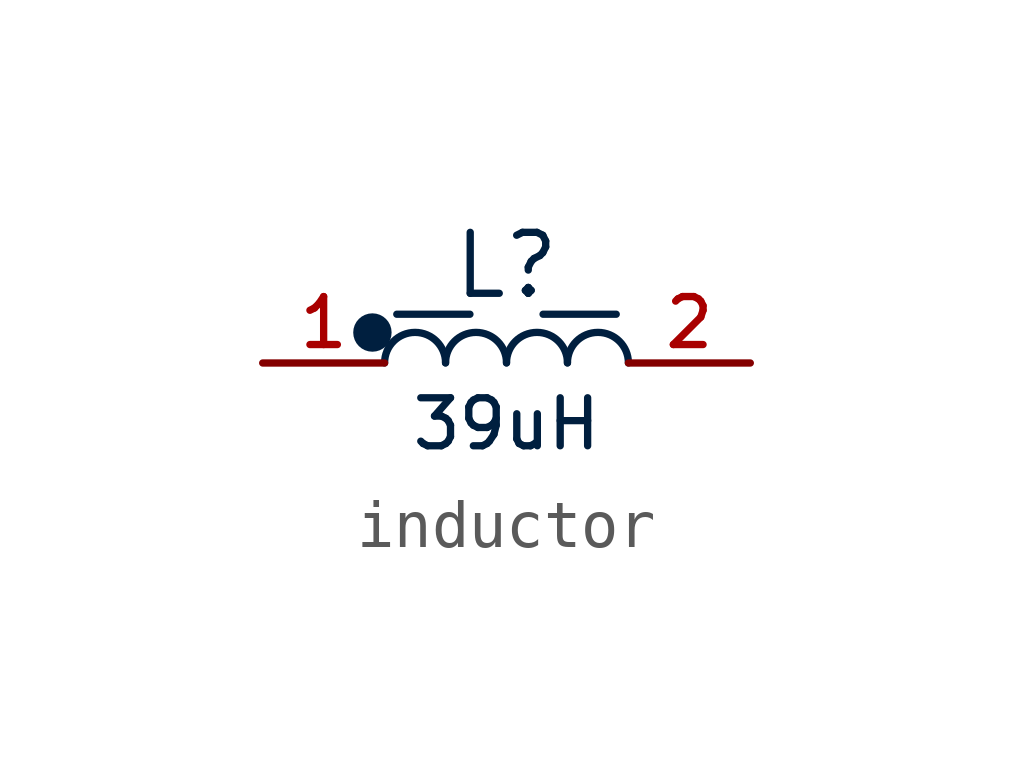
<source format=kicad_sym>
(kicad_symbol_lib
  (version 20241209)
  (generator "kicad_symbol_editor")
  (generator_version "9.0")
  (symbol "inductor"
    (pin_names
      (offset 1.016)
      (hide yes))
    (property "Reference" "L"
      (at 2.54 2.032 0)
      (effects (font (size 1.27 1.27) (color 0 31 63 1))))
    (property "Value" "39uH"
      (at 2.54 -1.27 0)
      (effects (font (size 1 1) (color 0 31 63 1))))
    (symbol "inductor_0_1"
      (arc (start 0 0.0027) (mid 0.635 0.635) (end 1.27 0.0027) (stroke (width 0) (type default) (color 0 31 63 1)) (fill (type none)))
      (arc (start 1.27 0.0027) (mid 1.905 0.635) (end 2.54 0.0027) (stroke (width 0) (type default) (color 0 31 63 1)) (fill (type none)))
      (arc (start 2.54 0.0027) (mid 3.175 0.635) (end 3.81 0.0027) (stroke (width 0) (type default) (color 0 31 63 1)) (fill (type none)))
      (arc (start 3.81 0.0027) (mid 4.445 0.635) (end 5.08 0.0027) (stroke (width 0) (type default) (color 0 31 63 1)) (fill (type none))))
    (symbol "inductor_1_1"
      (circle (center -0.254 0.635) (radius 0.0001) (stroke (width 0.4) (type solid) (color 0 31 63 1)) (fill (type none)))
      (polyline (pts (xy 0.254 1.016) (xy 1.778 1.016)) (stroke (width 0) (type default) (color 0 31 63 1)) (fill (type none)))
      (polyline (pts (xy 3.302 1.016) (xy 4.826 1.016)) (stroke (width 0) (type default) (color 0 31 63 1)) (fill (type none)))
      (pin unspecified line (at -2.54 0 0) (length 2.54) (name "1" (effects (font (size 1.27 1.27)))) (number "1" (effects (font (size 1 1)))))
      (pin unspecified line (at 7.62 0 180) (length 2.54) (name "2" (effects (font (size 1.27 1.27)))) (number "2" (effects (font (size 1 1))))))))
</source>
